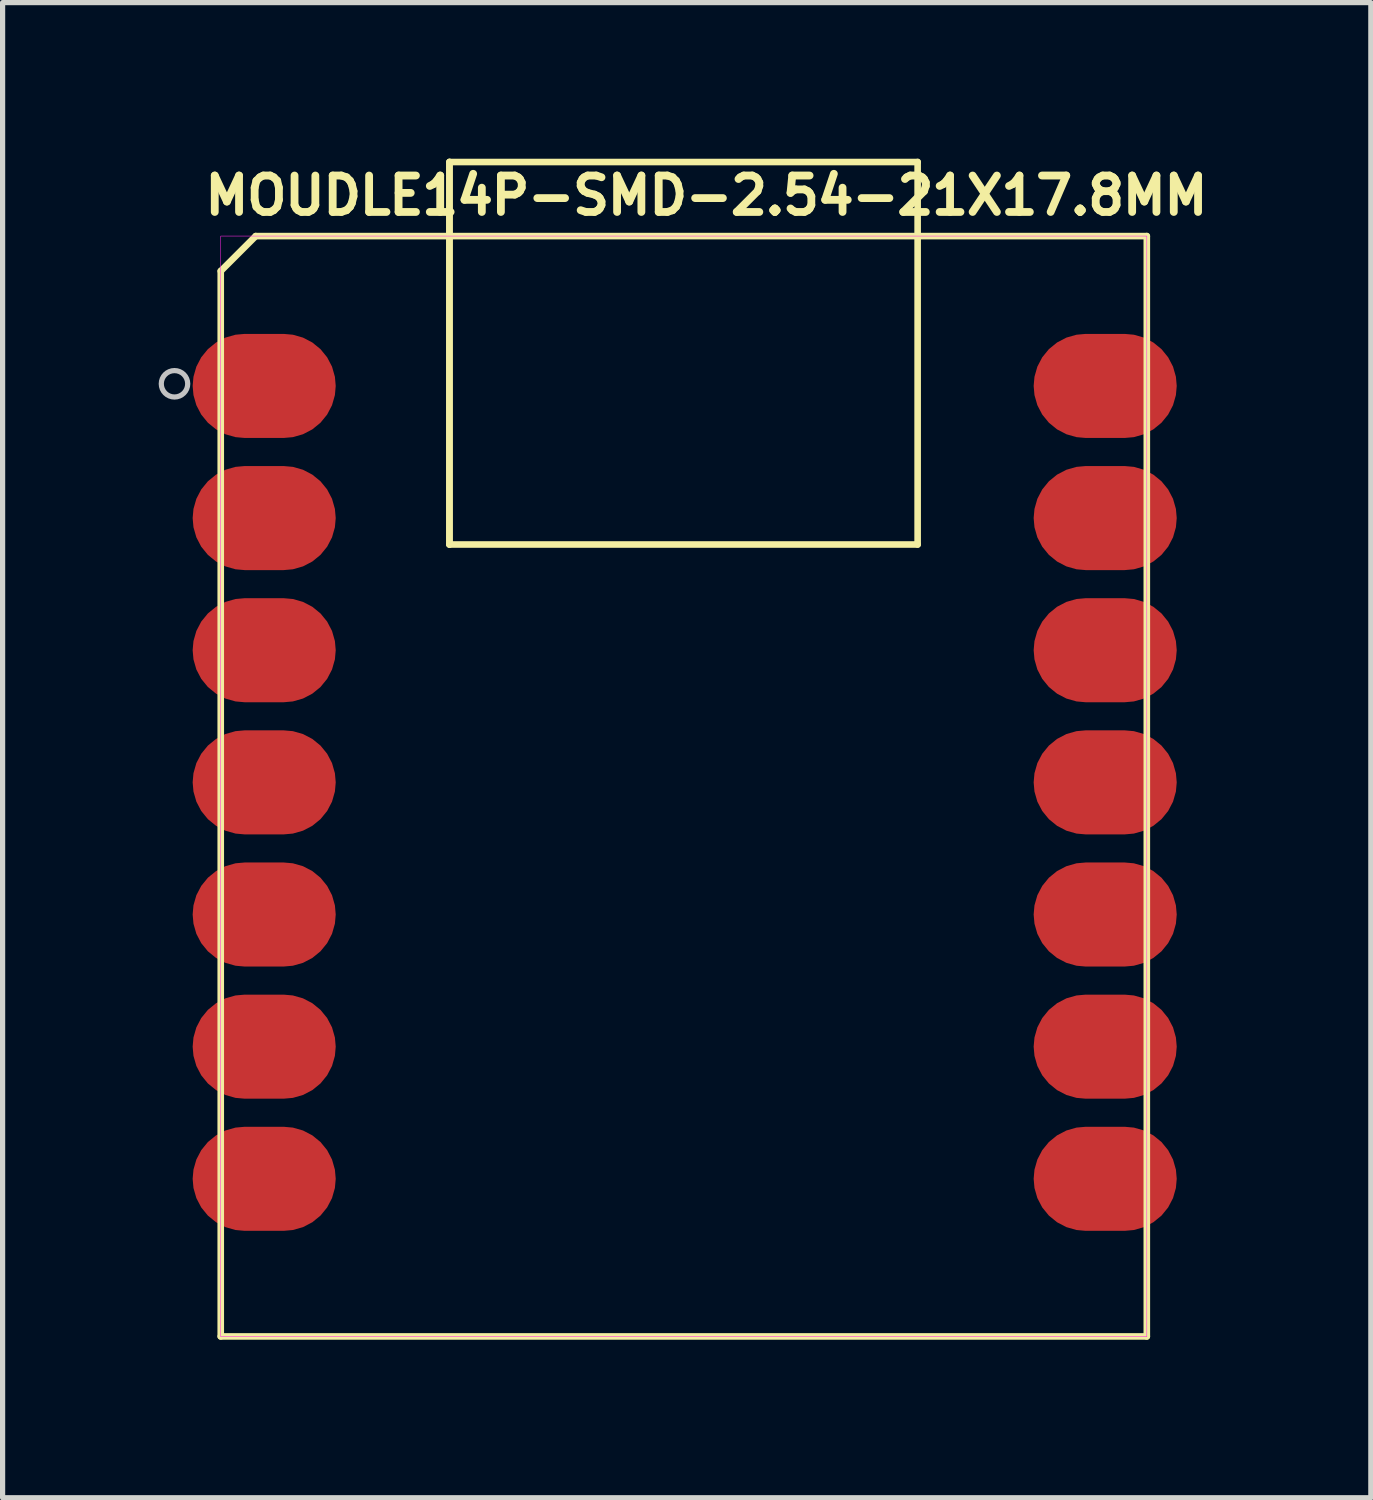
<source format=kicad_pcb>
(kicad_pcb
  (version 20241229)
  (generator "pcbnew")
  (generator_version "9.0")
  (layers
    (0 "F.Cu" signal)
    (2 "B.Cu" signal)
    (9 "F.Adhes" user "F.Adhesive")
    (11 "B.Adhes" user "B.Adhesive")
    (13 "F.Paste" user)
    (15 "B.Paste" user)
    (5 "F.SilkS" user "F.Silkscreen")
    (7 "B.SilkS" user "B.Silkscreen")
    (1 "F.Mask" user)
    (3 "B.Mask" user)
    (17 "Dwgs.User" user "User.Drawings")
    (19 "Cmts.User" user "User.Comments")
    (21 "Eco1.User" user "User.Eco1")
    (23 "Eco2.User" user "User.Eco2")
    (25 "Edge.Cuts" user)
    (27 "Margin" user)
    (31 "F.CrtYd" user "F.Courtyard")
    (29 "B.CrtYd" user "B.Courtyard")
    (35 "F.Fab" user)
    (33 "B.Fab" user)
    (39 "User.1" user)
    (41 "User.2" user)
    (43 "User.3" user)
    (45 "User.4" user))
  (footprint "MOUDLE14P-SMD-2.54-21X17.8MM"
    (layer "F.Cu")
    (at 1.193 22.488)
    (property "Reference" "MOUDLE14P-SMD-2.54-21X17.8MM" (at 9.335 -21.78 0) (layer "F.SilkS") (effects (font (size 0.7 0.7) (thickness 0.15))))
    (attr through_hole)
    (fp_line (start 0 -20.328) (end 0 0.15) (stroke (width 0.127) (type solid)) (layer "F.SilkS"))
    (fp_line (start 0 0.15) (end 17.8 0.15) (stroke (width 0.127) (type solid)) (layer "F.SilkS"))
    (fp_line (start 0.672 -21) (end 0 -20.328) (stroke (width 0.127) (type solid)) (layer "F.SilkS"))
    (fp_line (start 4.396 -15.072) (end 4.396 -22.425) (stroke (width 0.127) (type solid)) (layer "F.SilkS"))
    (fp_line (start 4.396 -15.072) (end 4.396 -22.425) (stroke (width 0.127) (type solid)) (layer "F.SilkS"))
    (fp_line (start 4.4 -22.424) (end 13.395 -22.424) (stroke (width 0.127) (type solid)) (layer "F.SilkS"))
    (fp_line (start 13.395 -22.424) (end 13.395 -15.072) (stroke (width 0.127) (type solid)) (layer "F.SilkS"))
    (fp_line (start 13.395 -15.072) (end 4.396 -15.072) (stroke (width 0.127) (type solid)) (layer "F.SilkS"))
    (fp_line (start 17.8 -21) (end 0.672 -21) (stroke (width 0.127) (type solid)) (layer "F.SilkS"))
    (fp_line (start 17.8 0.15) (end 17.8 -21) (stroke (width 0.127) (type solid)) (layer "F.SilkS"))
    (fp_circle (center -0.889 -18.161) (end -0.635 -18.161) (stroke (width 0.1) (type solid)) (fill no) (layer "Dwgs.User"))
    (fp_poly (pts (xy 0 -21) (xy 17.8 -21) (xy 17.8 0.155) (xy 0 0.155)) (stroke (width 0.01) (type solid)) (fill no) (layer "F.CrtYd"))
    (pad "1" smd roundrect (at 0.835 -18.12) (size 2.75 2) (layers "F.Cu" "F.Mask" "F.Paste") (roundrect_rratio 0.5))
    (pad "2" smd roundrect (at 0.835 -15.58) (size 2.75 2) (layers "F.Cu" "F.Mask" "F.Paste") (roundrect_rratio 0.5))
    (pad "3" smd roundrect (at 0.835 -13.04) (size 2.75 2) (layers "F.Cu" "F.Mask" "F.Paste") (roundrect_rratio 0.5))
    (pad "4" smd roundrect (at 0.835 -10.5) (size 2.75 2) (layers "F.Cu" "F.Mask" "F.Paste") (roundrect_rratio 0.5))
    (pad "5" smd roundrect (at 0.835 -7.96) (size 2.75 2) (layers "F.Cu" "F.Mask" "F.Paste") (roundrect_rratio 0.5))
    (pad "6" smd roundrect (at 0.835 -5.42) (size 2.75 2) (layers "F.Cu" "F.Mask" "F.Paste") (roundrect_rratio 0.5))
    (pad "7" smd roundrect (at 0.835 -2.88) (size 2.75 2) (layers "F.Cu" "F.Mask" "F.Paste") (roundrect_rratio 0.5))
    (pad "8" smd roundrect (at 17 -2.88) (size 2.75 2) (layers "F.Cu" "F.Mask" "F.Paste") (roundrect_rratio 0.5))
    (pad "9" smd roundrect (at 17 -5.42) (size 2.75 2) (layers "F.Cu" "F.Mask" "F.Paste") (roundrect_rratio 0.5))
    (pad "10" smd roundrect (at 17 -7.96) (size 2.75 2) (layers "F.Cu" "F.Mask" "F.Paste") (roundrect_rratio 0.5))
    (pad "11" smd roundrect (at 17 -10.5) (size 2.75 2) (layers "F.Cu" "F.Mask" "F.Paste") (roundrect_rratio 0.5))
    (pad "12" smd roundrect (at 17 -13.04) (size 2.75 2) (layers "F.Cu" "F.Mask" "F.Paste") (roundrect_rratio 0.5))
    (pad "13" smd roundrect (at 17 -15.58) (size 2.75 2) (layers "F.Cu" "F.Mask" "F.Paste") (roundrect_rratio 0.5))
    (pad "14" smd roundrect (at 17 -18.12) (size 2.75 2) (layers "F.Cu" "F.Mask" "F.Paste") (roundrect_rratio 0.5))
    (zone (net_name "") (layer "F.Cu") (hatch full 0.508) (connect_pads) (min_thickness 0.01) (filled_areas_thickness no) (keepout (tracks not_allowed) (vias not_allowed) (pads not_allowed) (copperpour not_allowed) (footprints allowed)) (placement (enabled no)) (fill) (polygon (pts (xy 4.178 8.952) (xy 7.098 8.952) (xy 7.098 12.857) (xy 4.178 12.857))))
    (zone (net_name "") (layer "F.Cu") (hatch full 0.508) (connect_pads) (min_thickness 0.01) (filled_areas_thickness no) (keepout (tracks not_allowed) (vias not_allowed) (pads not_allowed) (copperpour not_allowed) (footprints allowed)) (placement (enabled no)) (fill) (polygon (pts (xy 4.876 1.407) (xy 6.654 1.407) (xy 6.654 4.074) (xy 4.876 4.074))))
    (zone (net_name "") (layer "F.Cu") (hatch full 0.508) (connect_pads) (min_thickness 0.01) (filled_areas_thickness no) (keepout (tracks not_allowed) (vias not_allowed) (pads not_allowed) (copperpour not_allowed) (footprints allowed)) (placement (enabled no)) (fill) (polygon (pts (xy 4.876 5.471) (xy 6.654 5.471) (xy 6.654 8.137) (xy 4.876 8.137))))
    (zone (net_name "") (layer "F.Cu") (hatch full 0.508) (connect_pads) (min_thickness 0.01) (filled_areas_thickness no) (keepout (tracks not_allowed) (vias not_allowed) (pads not_allowed) (copperpour not_allowed) (footprints allowed)) (placement (enabled no)) (fill) (polygon (pts (xy 7.543 2.168) (xy 12.75 2.168) (xy 12.75 12.326) (xy 7.543 12.326))))
    (zone (net_name "") (layer "F.Cu") (hatch full 0.508) (connect_pads) (min_thickness 0.01) (filled_areas_thickness no) (keepout (tracks not_allowed) (vias not_allowed) (pads not_allowed) (copperpour not_allowed) (footprints allowed)) (placement (enabled no)) (fill) (polygon (pts (xy 9.185 12.329) (xy 13.249 12.329) (xy 13.249 15.938) (xy 9.185 15.938))))
    (zone (net_name "") (layer "F.Cu") (hatch full 0.508) (connect_pads) (min_thickness 0.01) (filled_areas_thickness no) (keepout (tracks not_allowed) (vias not_allowed) (pads not_allowed) (copperpour not_allowed) (footprints allowed)) (placement (enabled no)) (fill) (polygon (pts (xy 9.185 12.329) (xy 13.249 12.329) (xy 13.249 15.938) (xy 9.185 15.938))))
    (zone (net_name "") (layer "F.Cu") (hatch full 0.508) (connect_pads) (min_thickness 0.01) (filled_areas_thickness no) (keepout (tracks not_allowed) (vias not_allowed) (pads not_allowed) (copperpour not_allowed) (footprints allowed)) (placement (enabled no)) (fill) (polygon (pts (xy 13.512 1.407) (xy 15.29 1.407) (xy 15.29 4.074) (xy 13.512 4.074))))
    (zone (net_name "") (layer "F.Cu") (hatch full 0.508) (connect_pads) (min_thickness 0.01) (filled_areas_thickness no) (keepout (tracks not_allowed) (vias not_allowed) (pads not_allowed) (copperpour not_allowed) (footprints allowed)) (placement (enabled no)) (fill) (polygon (pts (xy 13.512 5.471) (xy 15.29 5.471) (xy 15.29 8.137) (xy 13.512 8.137)))))
  (gr_rect
    (start -3 -3)
    (end 23.299 25.738)
    (stroke (width 0.1) (type default))
    (fill no)
    (layer "Edge.Cuts")))
</source>
